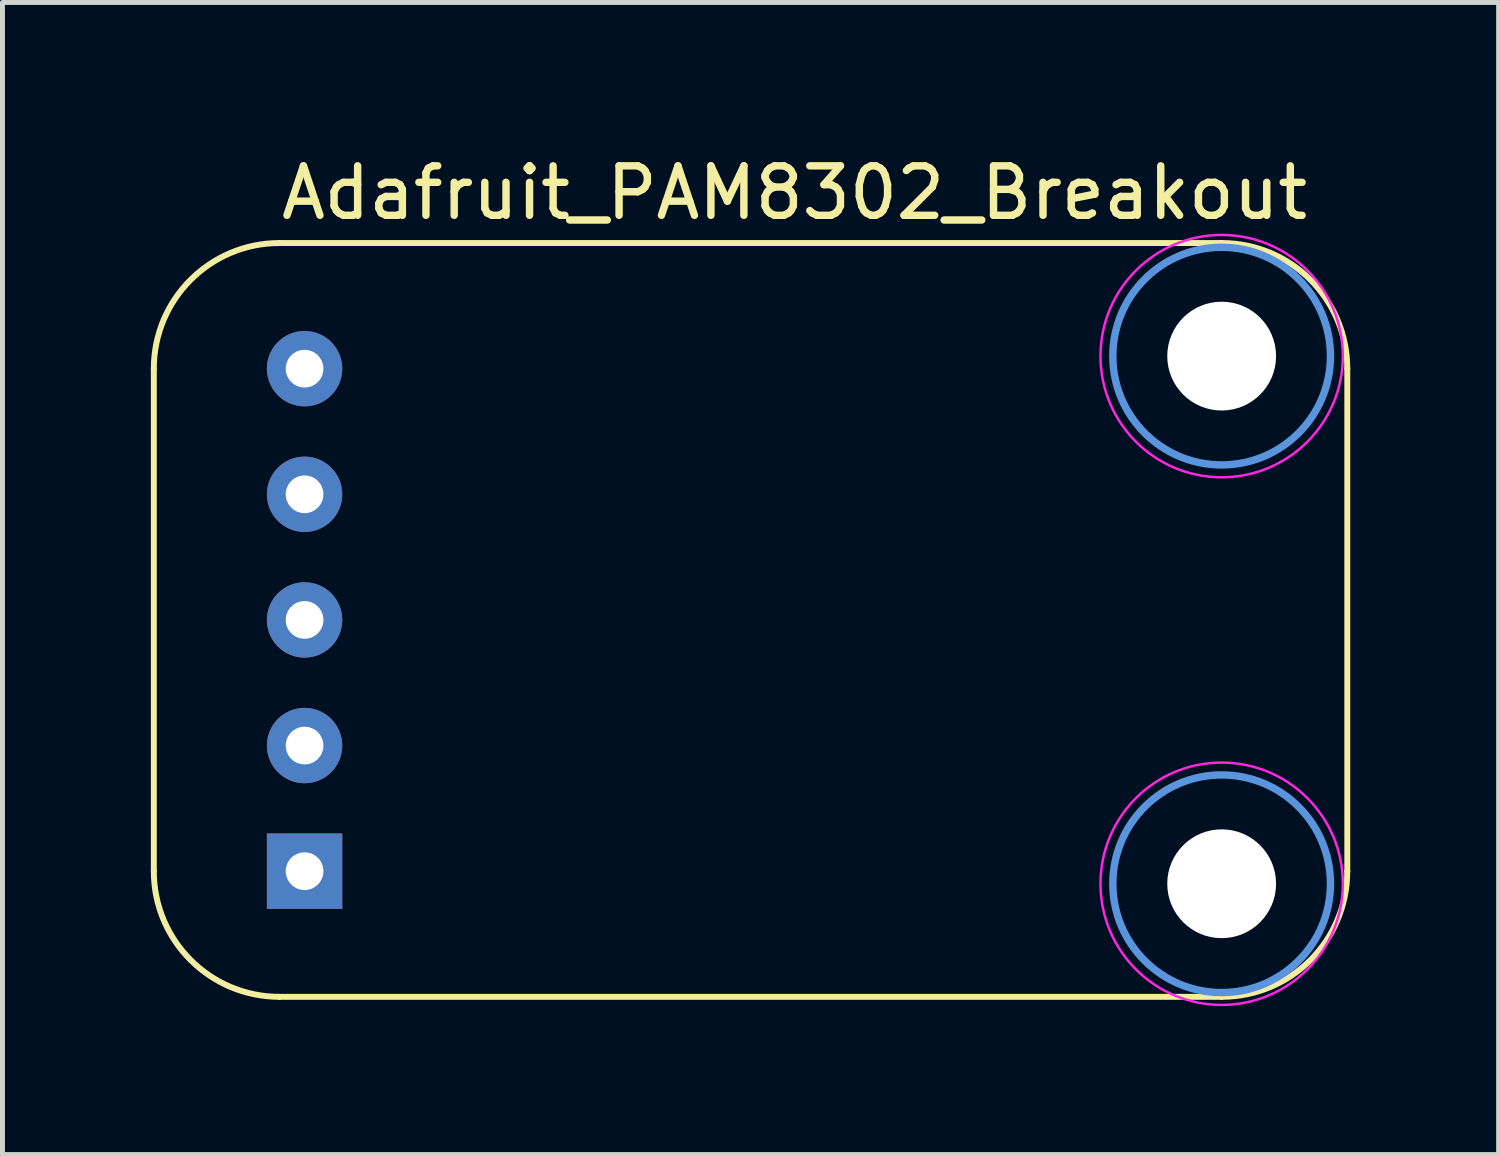
<source format=kicad_pcb>
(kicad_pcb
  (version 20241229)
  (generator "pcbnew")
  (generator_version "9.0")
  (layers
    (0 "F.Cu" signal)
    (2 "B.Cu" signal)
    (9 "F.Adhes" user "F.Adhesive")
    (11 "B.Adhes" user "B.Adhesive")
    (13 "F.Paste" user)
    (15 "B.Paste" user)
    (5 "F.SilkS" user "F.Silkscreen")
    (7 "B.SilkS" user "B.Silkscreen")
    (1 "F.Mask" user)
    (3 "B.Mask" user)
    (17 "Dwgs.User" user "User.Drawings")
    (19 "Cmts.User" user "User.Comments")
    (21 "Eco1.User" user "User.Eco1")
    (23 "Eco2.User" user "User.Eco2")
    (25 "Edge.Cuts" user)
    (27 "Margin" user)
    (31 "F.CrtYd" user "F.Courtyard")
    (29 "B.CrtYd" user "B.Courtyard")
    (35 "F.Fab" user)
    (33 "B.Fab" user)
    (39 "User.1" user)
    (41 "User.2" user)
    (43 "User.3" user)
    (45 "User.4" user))
  (footprint "Adafruit_PAM8302_Breakout"
    (layer "F.Cu")
    (at 12.76 9.484)
    (property "Reference" "Adafruit_PAM8302_Breakout" (at 0.254 -8.636 0) (unlocked yes) (layer "F.SilkS") (effects (font (size 1 1) (thickness 0.15))))
    (attr through_hole)
    (fp_line (start -12.7 5.08) (end -12.7 -5.08) (stroke (width 0.12) (type solid)) (layer "F.SilkS"))
    (fp_line (start -10.16 -7.62) (end 8.89 -7.62) (stroke (width 0.12) (type solid)) (layer "F.SilkS"))
    (fp_line (start -10.16 7.62) (end 8.89 7.62) (stroke (width 0.12) (type solid)) (layer "F.SilkS"))
    (fp_line (start 11.43 -5.08) (end 11.43 5.08) (stroke (width 0.12) (type solid)) (layer "F.SilkS"))
    (fp_arc (start -12.7 -5.08) (mid -11.956051 -6.876051) (end -10.16 -7.62) (stroke (width 0.12) (type solid)) (layer "F.SilkS"))
    (fp_arc (start -10.16 7.62) (mid -11.956051 6.876051) (end -12.7 5.08) (stroke (width 0.12) (type solid)) (layer "F.SilkS"))
    (fp_arc (start 8.89 -7.62) (mid 10.686051 -6.876051) (end 11.43 -5.08) (stroke (width 0.12) (type solid)) (layer "F.SilkS"))
    (fp_arc (start 11.43 5.08) (mid 10.686051 6.876051) (end 8.89 7.62) (stroke (width 0.12) (type solid)) (layer "F.SilkS"))
    (fp_circle (center 8.89 -5.334) (end 11.09 -5.334) (stroke (width 0.15) (type solid)) (fill no) (layer "Cmts.User"))
    (fp_circle (center 8.89 5.334) (end 11.09 5.334) (stroke (width 0.15) (type solid)) (fill no) (layer "Cmts.User"))
    (fp_circle (center 8.89 -5.334) (end 11.34 -5.334) (stroke (width 0.05) (type solid)) (fill no) (layer "F.CrtYd"))
    (fp_circle (center 8.89 5.334) (end 11.34 5.334) (stroke (width 0.05) (type solid)) (fill no) (layer "F.CrtYd"))
    (pad "" np_thru_hole circle (at 8.89 -5.334) (size 2.2 2.2) (drill 2.2) (layers "*.Cu" "*.Mask"))
    (pad "" np_thru_hole circle (at 8.89 5.334) (size 2.2 2.2) (drill 2.2) (layers "*.Cu" "*.Mask"))
    (pad "1" thru_hole rect (at -9.652 5.08) (size 1.524 1.524) (drill 0.762) (layers "*.Cu" "*.Mask"))
    (pad "2" thru_hole circle (at -9.652 2.54) (size 1.524 1.524) (drill 0.762) (layers "*.Cu" "*.Mask"))
    (pad "3" thru_hole circle (at -9.652 0) (size 1.524 1.524) (drill 0.762) (layers "*.Cu" "*.Mask"))
    (pad "4" thru_hole circle (at -9.652 -2.54) (size 1.524 1.524) (drill 0.762) (layers "*.Cu" "*.Mask"))
    (pad "5" thru_hole circle (at -9.652 -5.08) (size 1.524 1.524) (drill 0.762) (layers "*.Cu" "*.Mask")))
  (gr_rect
    (start -3 -3)
    (end 27.25 20.293)
    (stroke (width 0.1) (type default))
    (fill no)
    (layer "Edge.Cuts")))
</source>
